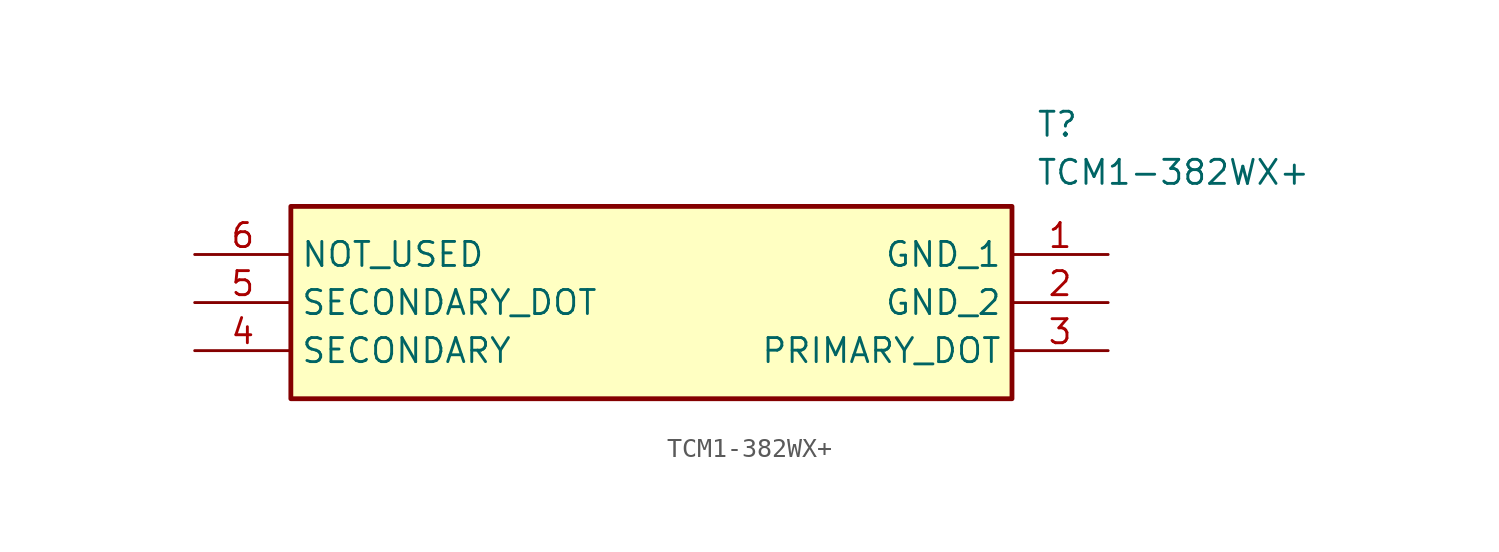
<source format=kicad_sym>
(kicad_symbol_lib
  (version 20211014)
  (generator SamacSys_ECAD_Model)
  (symbol "TCM1-382WX+"
    (property "Reference" "T"
      (at 44.45 7.62 0)
      (effects (font (size 1.27 1.27)) (justify left top)))
    (property "Value" "TCM1-382WX+"
      (at 44.45 5.08 0)
      (effects (font (size 1.27 1.27)) (justify left top)))
    (rectangle
      (start 5.08 2.54)
      (end 43.18 -7.62)
      (stroke (width 0.254) (type default))
      (fill (type background)))
    (pin passive line
      (at 48.26 0 180)
      (length 5.08)
      (name "GND_1" (effects (font (size 1.27 1.27))))
      (number "1" (effects (font (size 1.27 1.27)))))
    (pin passive line
      (at 48.26 -2.54 180)
      (length 5.08)
      (name "GND_2" (effects (font (size 1.27 1.27))))
      (number "2" (effects (font (size 1.27 1.27)))))
    (pin passive line
      (at 48.26 -5.08 180)
      (length 5.08)
      (name "PRIMARY_DOT" (effects (font (size 1.27 1.27))))
      (number "3" (effects (font (size 1.27 1.27)))))
    (pin passive line
      (at 0 -5.08 0)
      (length 5.08)
      (name "SECONDARY" (effects (font (size 1.27 1.27))))
      (number "4" (effects (font (size 1.27 1.27)))))
    (pin passive line
      (at 0 -2.54 0)
      (length 5.08)
      (name "SECONDARY_DOT" (effects (font (size 1.27 1.27))))
      (number "5" (effects (font (size 1.27 1.27)))))
    (pin passive line
      (at 0 0 0)
      (length 5.08)
      (name "NOT_USED" (effects (font (size 1.27 1.27))))
      (number "6" (effects (font (size 1.27 1.27)))))))
</source>
